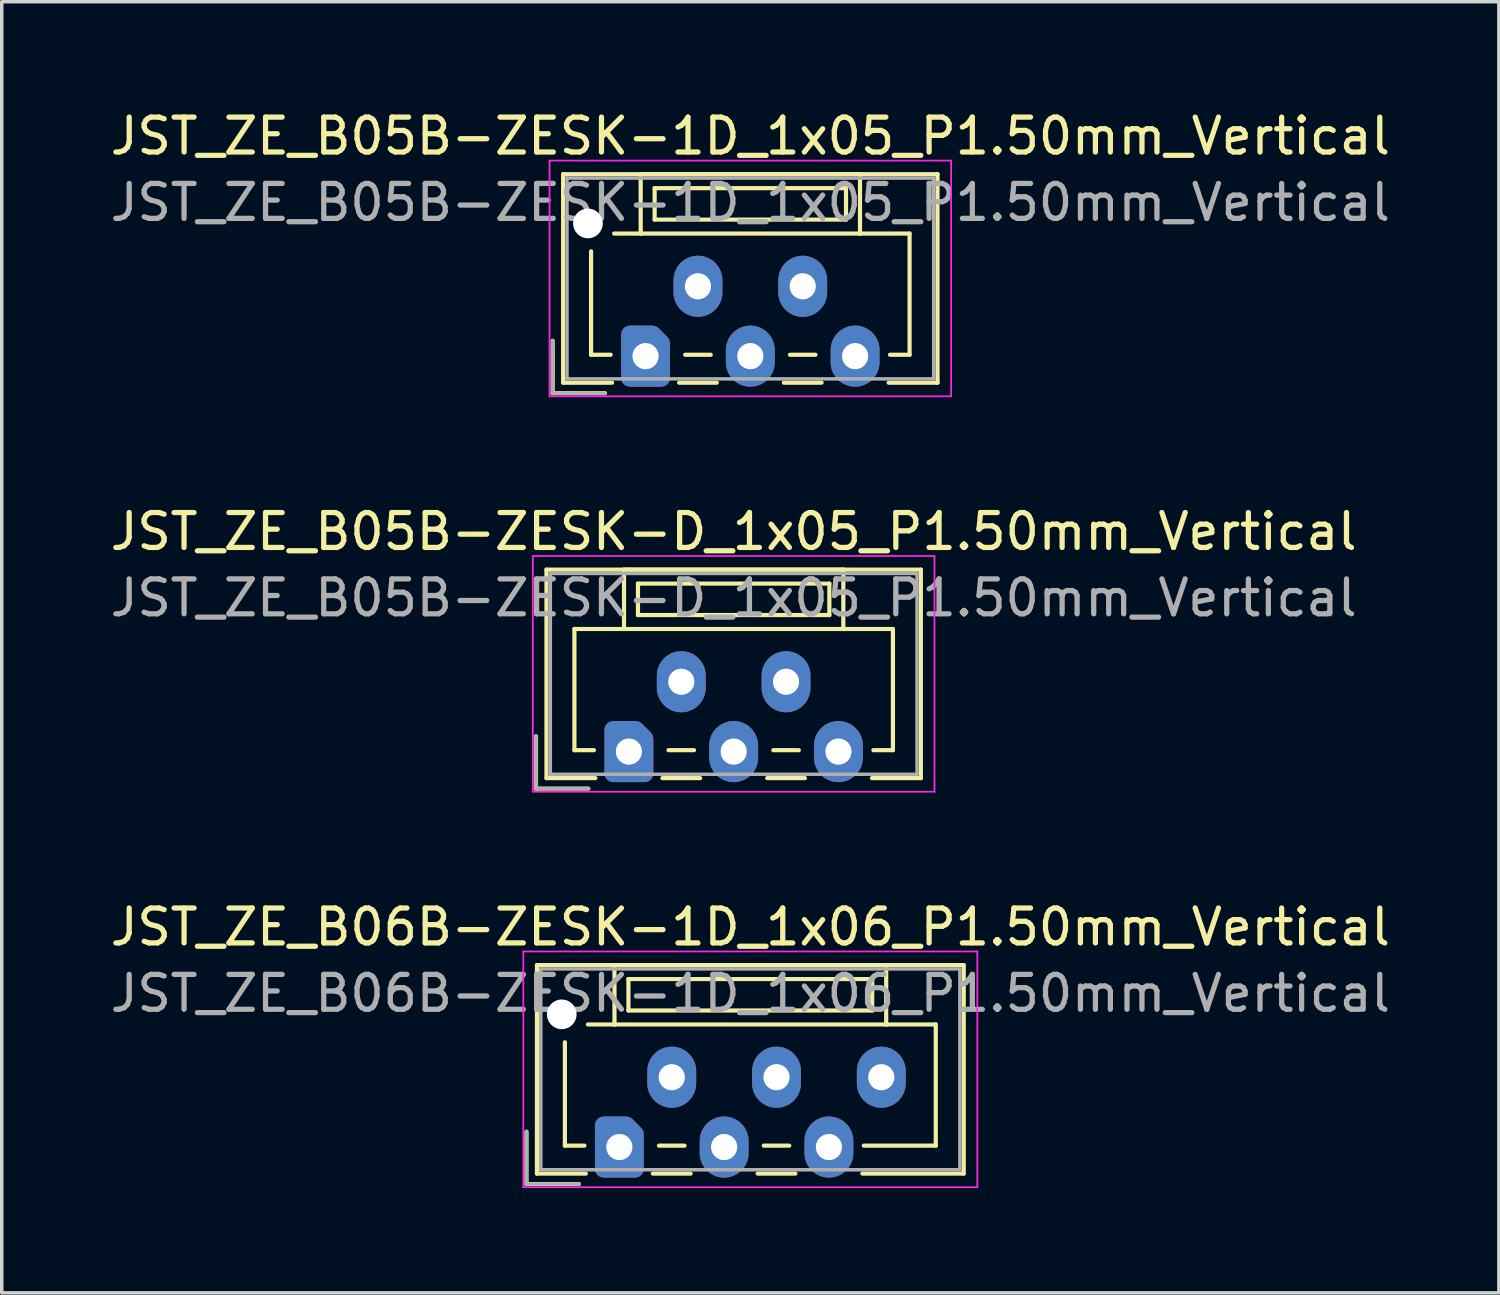
<source format=kicad_pcb>
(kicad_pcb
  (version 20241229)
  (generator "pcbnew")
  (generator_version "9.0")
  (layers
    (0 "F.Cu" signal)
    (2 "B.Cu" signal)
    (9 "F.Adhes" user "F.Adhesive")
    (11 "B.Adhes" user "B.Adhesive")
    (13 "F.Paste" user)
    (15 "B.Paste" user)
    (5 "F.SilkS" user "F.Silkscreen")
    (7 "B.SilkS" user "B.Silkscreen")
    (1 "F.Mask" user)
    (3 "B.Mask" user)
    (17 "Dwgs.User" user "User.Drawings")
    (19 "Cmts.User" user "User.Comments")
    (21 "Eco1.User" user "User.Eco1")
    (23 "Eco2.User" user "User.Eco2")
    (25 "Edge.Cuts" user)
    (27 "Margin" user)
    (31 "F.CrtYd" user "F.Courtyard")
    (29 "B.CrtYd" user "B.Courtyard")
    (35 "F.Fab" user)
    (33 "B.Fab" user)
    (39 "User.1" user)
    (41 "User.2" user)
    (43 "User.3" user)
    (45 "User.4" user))
  (footprint "JST_ZE_B05B-ZESK-1D_1x05_P1.50mm_Vertical"
    (layer "F.Cu")
    (at 15.435 7.148)
    (property "Reference" "JST_ZE_B05B-ZESK-1D_1x05_P1.50mm_Vertical" (at 3 -6.3 0) (layer "F.SilkS") (effects (font (size 1 1) (thickness 0.15))))
    (attr through_hole)
    (fp_line (start -2.66 -0.44) (end -2.66 1.06) (stroke (width 0.12) (type solid)) (layer "F.SilkS"))
    (fp_line (start -2.66 1.06) (end -1.16 1.06) (stroke (width 0.12) (type solid)) (layer "F.SilkS"))
    (fp_line (start -2.36 -5.21) (end 8.36 -5.21) (stroke (width 0.12) (type solid)) (layer "F.SilkS"))
    (fp_line (start -2.36 0.76) (end -2.36 -5.21) (stroke (width 0.12) (type solid)) (layer "F.SilkS"))
    (fp_line (start -1.56 -3) (end -1.56 -0.04) (stroke (width 0.12) (type solid)) (layer "F.SilkS"))
    (fp_line (start -1.56 -0.04) (end -1 -0.04) (stroke (width 0.12) (type solid)) (layer "F.SilkS"))
    (fp_line (start -0.96 0.76) (end -2.36 0.76) (stroke (width 0.12) (type solid)) (layer "F.SilkS"))
    (fp_line (start -0.14 -5.21) (end -0.14 -3.51) (stroke (width 0.12) (type solid)) (layer "F.SilkS"))
    (fp_line (start -0.14 -3.51) (end -0.9 -3.51) (stroke (width 0.12) (type solid)) (layer "F.SilkS"))
    (fp_line (start -0.14 -3.51) (end 6.14 -3.51) (stroke (width 0.12) (type solid)) (layer "F.SilkS"))
    (fp_line (start 0.26 -4.81) (end 0.26 -3.91) (stroke (width 0.12) (type solid)) (layer "F.SilkS"))
    (fp_line (start 0.26 -3.91) (end 5.74 -3.91) (stroke (width 0.12) (type solid)) (layer "F.SilkS"))
    (fp_line (start 0.96 0.76) (end 2.04 0.76) (stroke (width 0.12) (type solid)) (layer "F.SilkS"))
    (fp_line (start 1.135 -0.04) (end 1.865 -0.04) (stroke (width 0.12) (type solid)) (layer "F.SilkS"))
    (fp_line (start 3.96 0.76) (end 5.04 0.76) (stroke (width 0.12) (type solid)) (layer "F.SilkS"))
    (fp_line (start 4.135 -0.04) (end 4.865 -0.04) (stroke (width 0.12) (type solid)) (layer "F.SilkS"))
    (fp_line (start 5.74 -4.81) (end 0.26 -4.81) (stroke (width 0.12) (type solid)) (layer "F.SilkS"))
    (fp_line (start 5.74 -3.91) (end 5.74 -4.81) (stroke (width 0.12) (type solid)) (layer "F.SilkS"))
    (fp_line (start 6.14 -5.21) (end -0.14 -5.21) (stroke (width 0.12) (type solid)) (layer "F.SilkS"))
    (fp_line (start 6.14 -3.51) (end 6.14 -5.21) (stroke (width 0.12) (type solid)) (layer "F.SilkS"))
    (fp_line (start 6.14 -3.51) (end 7.56 -3.51) (stroke (width 0.12) (type solid)) (layer "F.SilkS"))
    (fp_line (start 7.56 -3.51) (end 7.56 -0.04) (stroke (width 0.12) (type solid)) (layer "F.SilkS"))
    (fp_line (start 7.56 -0.04) (end 7 -0.04) (stroke (width 0.12) (type solid)) (layer "F.SilkS"))
    (fp_line (start 8.36 -5.21) (end 8.36 0.76) (stroke (width 0.12) (type solid)) (layer "F.SilkS"))
    (fp_line (start 8.36 0.76) (end 6.96 0.76) (stroke (width 0.12) (type solid)) (layer "F.SilkS"))
    (fp_line (start -2.75 -5.6) (end -2.75 1.15) (stroke (width 0.05) (type solid)) (layer "F.CrtYd"))
    (fp_line (start -2.75 1.15) (end 8.75 1.15) (stroke (width 0.05) (type solid)) (layer "F.CrtYd"))
    (fp_line (start 8.75 -5.6) (end -2.75 -5.6) (stroke (width 0.05) (type solid)) (layer "F.CrtYd"))
    (fp_line (start 8.75 1.15) (end 8.75 -5.6) (stroke (width 0.05) (type solid)) (layer "F.CrtYd"))
    (fp_line (start -2.66 -0.44) (end -2.66 1.06) (stroke (width 0.1) (type solid)) (layer "F.Fab"))
    (fp_line (start -2.66 1.06) (end -1.16 1.06) (stroke (width 0.1) (type solid)) (layer "F.Fab"))
    (fp_line (start -2.25 -5.1) (end -2.25 0.65) (stroke (width 0.1) (type solid)) (layer "F.Fab"))
    (fp_line (start -2.25 0.65) (end 8.25 0.65) (stroke (width 0.1) (type solid)) (layer "F.Fab"))
    (fp_line (start 8.25 -5.1) (end -2.25 -5.1) (stroke (width 0.1) (type solid)) (layer "F.Fab"))
    (fp_line (start 8.25 0.65) (end 8.25 -5.1) (stroke (width 0.1) (type solid)) (layer "F.Fab"))
    (fp_text user "${REFERENCE}" (at 3 -4.4 0) (layer "F.Fab") (effects (font (size 1 1) (thickness 0.15))))
    (pad "" np_thru_hole circle (at -1.65 -3.8) (size 0.85 0.85) (drill 0.85) (layers "*.Cu" "*.Mask"))
    (pad "1" thru_hole custom (at 0 0) (size 1.117 1.117) (drill 0.75) (layers "*.Cu" "*.Mask") (options (anchor circle)) (primitives (gr_poly (pts (xy -0.45 -0.625) (xy 0.196 -0.625) (xy 0.45 -0.371) (xy 0.45 0.625) (xy -0.45 0.625)) (width 0.5) (fill yes))))
    (pad "2" thru_hole oval (at 1.5 -2) (size 1.4 1.75) (drill 0.75) (layers "*.Cu" "*.Mask"))
    (pad "3" thru_hole oval (at 3 0) (size 1.4 1.75) (drill 0.75) (layers "*.Cu" "*.Mask"))
    (pad "4" thru_hole oval (at 4.5 -2) (size 1.4 1.75) (drill 0.75) (layers "*.Cu" "*.Mask"))
    (pad "5" thru_hole oval (at 6 0) (size 1.4 1.75) (drill 0.75) (layers "*.Cu" "*.Mask")))
  (footprint "JST_ZE_B05B-ZESK-D_1x05_P1.50mm_Vertical"
    (layer "F.Cu")
    (at 14.958 18.471)
    (property "Reference" "JST_ZE_B05B-ZESK-D_1x05_P1.50mm_Vertical" (at 3 -6.3 0) (layer "F.SilkS") (effects (font (size 1 1) (thickness 0.15))))
    (attr through_hole)
    (fp_line (start -2.66 -0.44) (end -2.66 1.06) (stroke (width 0.12) (type solid)) (layer "F.SilkS"))
    (fp_line (start -2.66 1.06) (end -1.16 1.06) (stroke (width 0.12) (type solid)) (layer "F.SilkS"))
    (fp_line (start -2.36 -5.21) (end 8.36 -5.21) (stroke (width 0.12) (type solid)) (layer "F.SilkS"))
    (fp_line (start -2.36 0.76) (end -2.36 -5.21) (stroke (width 0.12) (type solid)) (layer "F.SilkS"))
    (fp_line (start -1.56 -3.51) (end -1.56 -0.04) (stroke (width 0.12) (type solid)) (layer "F.SilkS"))
    (fp_line (start -1.56 -0.04) (end -1 -0.04) (stroke (width 0.12) (type solid)) (layer "F.SilkS"))
    (fp_line (start -0.96 0.76) (end -2.36 0.76) (stroke (width 0.12) (type solid)) (layer "F.SilkS"))
    (fp_line (start -0.14 -5.21) (end -0.14 -3.51) (stroke (width 0.12) (type solid)) (layer "F.SilkS"))
    (fp_line (start -0.14 -3.51) (end -1.56 -3.51) (stroke (width 0.12) (type solid)) (layer "F.SilkS"))
    (fp_line (start -0.14 -3.51) (end 6.14 -3.51) (stroke (width 0.12) (type solid)) (layer "F.SilkS"))
    (fp_line (start 0.26 -4.81) (end 0.26 -3.91) (stroke (width 0.12) (type solid)) (layer "F.SilkS"))
    (fp_line (start 0.26 -3.91) (end 5.74 -3.91) (stroke (width 0.12) (type solid)) (layer "F.SilkS"))
    (fp_line (start 0.96 0.76) (end 2.04 0.76) (stroke (width 0.12) (type solid)) (layer "F.SilkS"))
    (fp_line (start 1.135 -0.04) (end 1.865 -0.04) (stroke (width 0.12) (type solid)) (layer "F.SilkS"))
    (fp_line (start 3.96 0.76) (end 5.04 0.76) (stroke (width 0.12) (type solid)) (layer "F.SilkS"))
    (fp_line (start 4.135 -0.04) (end 4.865 -0.04) (stroke (width 0.12) (type solid)) (layer "F.SilkS"))
    (fp_line (start 5.74 -4.81) (end 0.26 -4.81) (stroke (width 0.12) (type solid)) (layer "F.SilkS"))
    (fp_line (start 5.74 -3.91) (end 5.74 -4.81) (stroke (width 0.12) (type solid)) (layer "F.SilkS"))
    (fp_line (start 6.14 -5.21) (end -0.14 -5.21) (stroke (width 0.12) (type solid)) (layer "F.SilkS"))
    (fp_line (start 6.14 -3.51) (end 6.14 -5.21) (stroke (width 0.12) (type solid)) (layer "F.SilkS"))
    (fp_line (start 6.14 -3.51) (end 7.56 -3.51) (stroke (width 0.12) (type solid)) (layer "F.SilkS"))
    (fp_line (start 7.56 -3.51) (end 7.56 -0.04) (stroke (width 0.12) (type solid)) (layer "F.SilkS"))
    (fp_line (start 7.56 -0.04) (end 7 -0.04) (stroke (width 0.12) (type solid)) (layer "F.SilkS"))
    (fp_line (start 8.36 -5.21) (end 8.36 0.76) (stroke (width 0.12) (type solid)) (layer "F.SilkS"))
    (fp_line (start 8.36 0.76) (end 6.96 0.76) (stroke (width 0.12) (type solid)) (layer "F.SilkS"))
    (fp_line (start -2.75 -5.6) (end -2.75 1.15) (stroke (width 0.05) (type solid)) (layer "F.CrtYd"))
    (fp_line (start -2.75 1.15) (end 8.75 1.15) (stroke (width 0.05) (type solid)) (layer "F.CrtYd"))
    (fp_line (start 8.75 -5.6) (end -2.75 -5.6) (stroke (width 0.05) (type solid)) (layer "F.CrtYd"))
    (fp_line (start 8.75 1.15) (end 8.75 -5.6) (stroke (width 0.05) (type solid)) (layer "F.CrtYd"))
    (fp_line (start -2.66 -0.44) (end -2.66 1.06) (stroke (width 0.1) (type solid)) (layer "F.Fab"))
    (fp_line (start -2.66 1.06) (end -1.16 1.06) (stroke (width 0.1) (type solid)) (layer "F.Fab"))
    (fp_line (start -2.25 -5.1) (end -2.25 0.65) (stroke (width 0.1) (type solid)) (layer "F.Fab"))
    (fp_line (start -2.25 0.65) (end 8.25 0.65) (stroke (width 0.1) (type solid)) (layer "F.Fab"))
    (fp_line (start 8.25 -5.1) (end -2.25 -5.1) (stroke (width 0.1) (type solid)) (layer "F.Fab"))
    (fp_line (start 8.25 0.65) (end 8.25 -5.1) (stroke (width 0.1) (type solid)) (layer "F.Fab"))
    (fp_text user "${REFERENCE}" (at 3 -4.4 0) (layer "F.Fab") (effects (font (size 1 1) (thickness 0.15))))
    (pad "1" thru_hole custom (at 0 0) (size 1.117 1.117) (drill 0.75) (layers "*.Cu" "*.Mask") (options (anchor circle)) (primitives (gr_poly (pts (xy -0.45 -0.625) (xy 0.196 -0.625) (xy 0.45 -0.371) (xy 0.45 0.625) (xy -0.45 0.625)) (width 0.5) (fill yes))))
    (pad "2" thru_hole oval (at 1.5 -2) (size 1.4 1.75) (drill 0.75) (layers "*.Cu" "*.Mask"))
    (pad "3" thru_hole oval (at 3 0) (size 1.4 1.75) (drill 0.75) (layers "*.Cu" "*.Mask"))
    (pad "4" thru_hole oval (at 4.5 -2) (size 1.4 1.75) (drill 0.75) (layers "*.Cu" "*.Mask"))
    (pad "5" thru_hole oval (at 6 0) (size 1.4 1.75) (drill 0.75) (layers "*.Cu" "*.Mask")))
  (footprint "JST_ZE_B06B-ZESK-1D_1x06_P1.50mm_Vertical"
    (layer "F.Cu")
    (at 14.685 29.795)
    (property "Reference" "JST_ZE_B06B-ZESK-1D_1x06_P1.50mm_Vertical" (at 3.75 -6.3 0) (layer "F.SilkS") (effects (font (size 1 1) (thickness 0.15))))
    (attr through_hole)
    (fp_line (start -2.66 -0.44) (end -2.66 1.06) (stroke (width 0.12) (type solid)) (layer "F.SilkS"))
    (fp_line (start -2.66 1.06) (end -1.16 1.06) (stroke (width 0.12) (type solid)) (layer "F.SilkS"))
    (fp_line (start -2.36 -5.21) (end 9.86 -5.21) (stroke (width 0.12) (type solid)) (layer "F.SilkS"))
    (fp_line (start -2.36 0.76) (end -2.36 -5.21) (stroke (width 0.12) (type solid)) (layer "F.SilkS"))
    (fp_line (start -1.56 -3) (end -1.56 -0.04) (stroke (width 0.12) (type solid)) (layer "F.SilkS"))
    (fp_line (start -1.56 -0.04) (end -1 -0.04) (stroke (width 0.12) (type solid)) (layer "F.SilkS"))
    (fp_line (start -0.96 0.76) (end -2.36 0.76) (stroke (width 0.12) (type solid)) (layer "F.SilkS"))
    (fp_line (start -0.14 -5.21) (end -0.14 -3.51) (stroke (width 0.12) (type solid)) (layer "F.SilkS"))
    (fp_line (start -0.14 -3.51) (end -0.9 -3.51) (stroke (width 0.12) (type solid)) (layer "F.SilkS"))
    (fp_line (start -0.14 -3.51) (end 7.64 -3.51) (stroke (width 0.12) (type solid)) (layer "F.SilkS"))
    (fp_line (start 0.26 -4.81) (end 0.26 -3.91) (stroke (width 0.12) (type solid)) (layer "F.SilkS"))
    (fp_line (start 0.26 -3.91) (end 7.24 -3.91) (stroke (width 0.12) (type solid)) (layer "F.SilkS"))
    (fp_line (start 0.96 0.76) (end 2.04 0.76) (stroke (width 0.12) (type solid)) (layer "F.SilkS"))
    (fp_line (start 1.135 -0.04) (end 1.865 -0.04) (stroke (width 0.12) (type solid)) (layer "F.SilkS"))
    (fp_line (start 3.96 0.76) (end 5.04 0.76) (stroke (width 0.12) (type solid)) (layer "F.SilkS"))
    (fp_line (start 4.135 -0.04) (end 4.865 -0.04) (stroke (width 0.12) (type solid)) (layer "F.SilkS"))
    (fp_line (start 7.24 -4.81) (end 0.26 -4.81) (stroke (width 0.12) (type solid)) (layer "F.SilkS"))
    (fp_line (start 7.24 -3.91) (end 7.24 -4.81) (stroke (width 0.12) (type solid)) (layer "F.SilkS"))
    (fp_line (start 7.64 -5.21) (end -0.14 -5.21) (stroke (width 0.12) (type solid)) (layer "F.SilkS"))
    (fp_line (start 7.64 -3.51) (end 7.64 -5.21) (stroke (width 0.12) (type solid)) (layer "F.SilkS"))
    (fp_line (start 7.64 -3.51) (end 9.06 -3.51) (stroke (width 0.12) (type solid)) (layer "F.SilkS"))
    (fp_line (start 9.06 -3.51) (end 9.06 -0.04) (stroke (width 0.12) (type solid)) (layer "F.SilkS"))
    (fp_line (start 9.06 -0.04) (end 7 -0.04) (stroke (width 0.12) (type solid)) (layer "F.SilkS"))
    (fp_line (start 9.86 -5.21) (end 9.86 0.76) (stroke (width 0.12) (type solid)) (layer "F.SilkS"))
    (fp_line (start 9.86 0.76) (end 6.96 0.76) (stroke (width 0.12) (type solid)) (layer "F.SilkS"))
    (fp_line (start -2.75 -5.6) (end -2.75 1.15) (stroke (width 0.05) (type solid)) (layer "F.CrtYd"))
    (fp_line (start -2.75 1.15) (end 10.25 1.15) (stroke (width 0.05) (type solid)) (layer "F.CrtYd"))
    (fp_line (start 10.25 -5.6) (end -2.75 -5.6) (stroke (width 0.05) (type solid)) (layer "F.CrtYd"))
    (fp_line (start 10.25 1.15) (end 10.25 -5.6) (stroke (width 0.05) (type solid)) (layer "F.CrtYd"))
    (fp_line (start -2.66 -0.44) (end -2.66 1.06) (stroke (width 0.1) (type solid)) (layer "F.Fab"))
    (fp_line (start -2.66 1.06) (end -1.16 1.06) (stroke (width 0.1) (type solid)) (layer "F.Fab"))
    (fp_line (start -2.25 -5.1) (end -2.25 0.65) (stroke (width 0.1) (type solid)) (layer "F.Fab"))
    (fp_line (start -2.25 0.65) (end 9.75 0.65) (stroke (width 0.1) (type solid)) (layer "F.Fab"))
    (fp_line (start 9.75 -5.1) (end -2.25 -5.1) (stroke (width 0.1) (type solid)) (layer "F.Fab"))
    (fp_line (start 9.75 0.65) (end 9.75 -5.1) (stroke (width 0.1) (type solid)) (layer "F.Fab"))
    (fp_text user "${REFERENCE}" (at 3.75 -4.4 0) (layer "F.Fab") (effects (font (size 1 1) (thickness 0.15))))
    (pad "" np_thru_hole circle (at -1.65 -3.8) (size 0.85 0.85) (drill 0.85) (layers "*.Cu" "*.Mask"))
    (pad "1" thru_hole custom (at 0 0) (size 1.117 1.117) (drill 0.75) (layers "*.Cu" "*.Mask") (options (anchor circle)) (primitives (gr_poly (pts (xy -0.45 -0.625) (xy 0.196 -0.625) (xy 0.45 -0.371) (xy 0.45 0.625) (xy -0.45 0.625)) (width 0.5) (fill yes))))
    (pad "2" thru_hole oval (at 1.5 -2) (size 1.4 1.75) (drill 0.75) (layers "*.Cu" "*.Mask"))
    (pad "3" thru_hole oval (at 3 0) (size 1.4 1.75) (drill 0.75) (layers "*.Cu" "*.Mask"))
    (pad "4" thru_hole oval (at 4.5 -2) (size 1.4 1.75) (drill 0.75) (layers "*.Cu" "*.Mask"))
    (pad "5" thru_hole oval (at 6 0) (size 1.4 1.75) (drill 0.75) (layers "*.Cu" "*.Mask"))
    (pad "6" thru_hole oval (at 7.5 -2) (size 1.4 1.75) (drill 0.75) (layers "*.Cu" "*.Mask")))
  (gr_rect
    (start -3 -3)
    (end 39.869 33.97)
    (stroke (width 0.1) (type default))
    (fill no)
    (layer "Edge.Cuts")))
</source>
